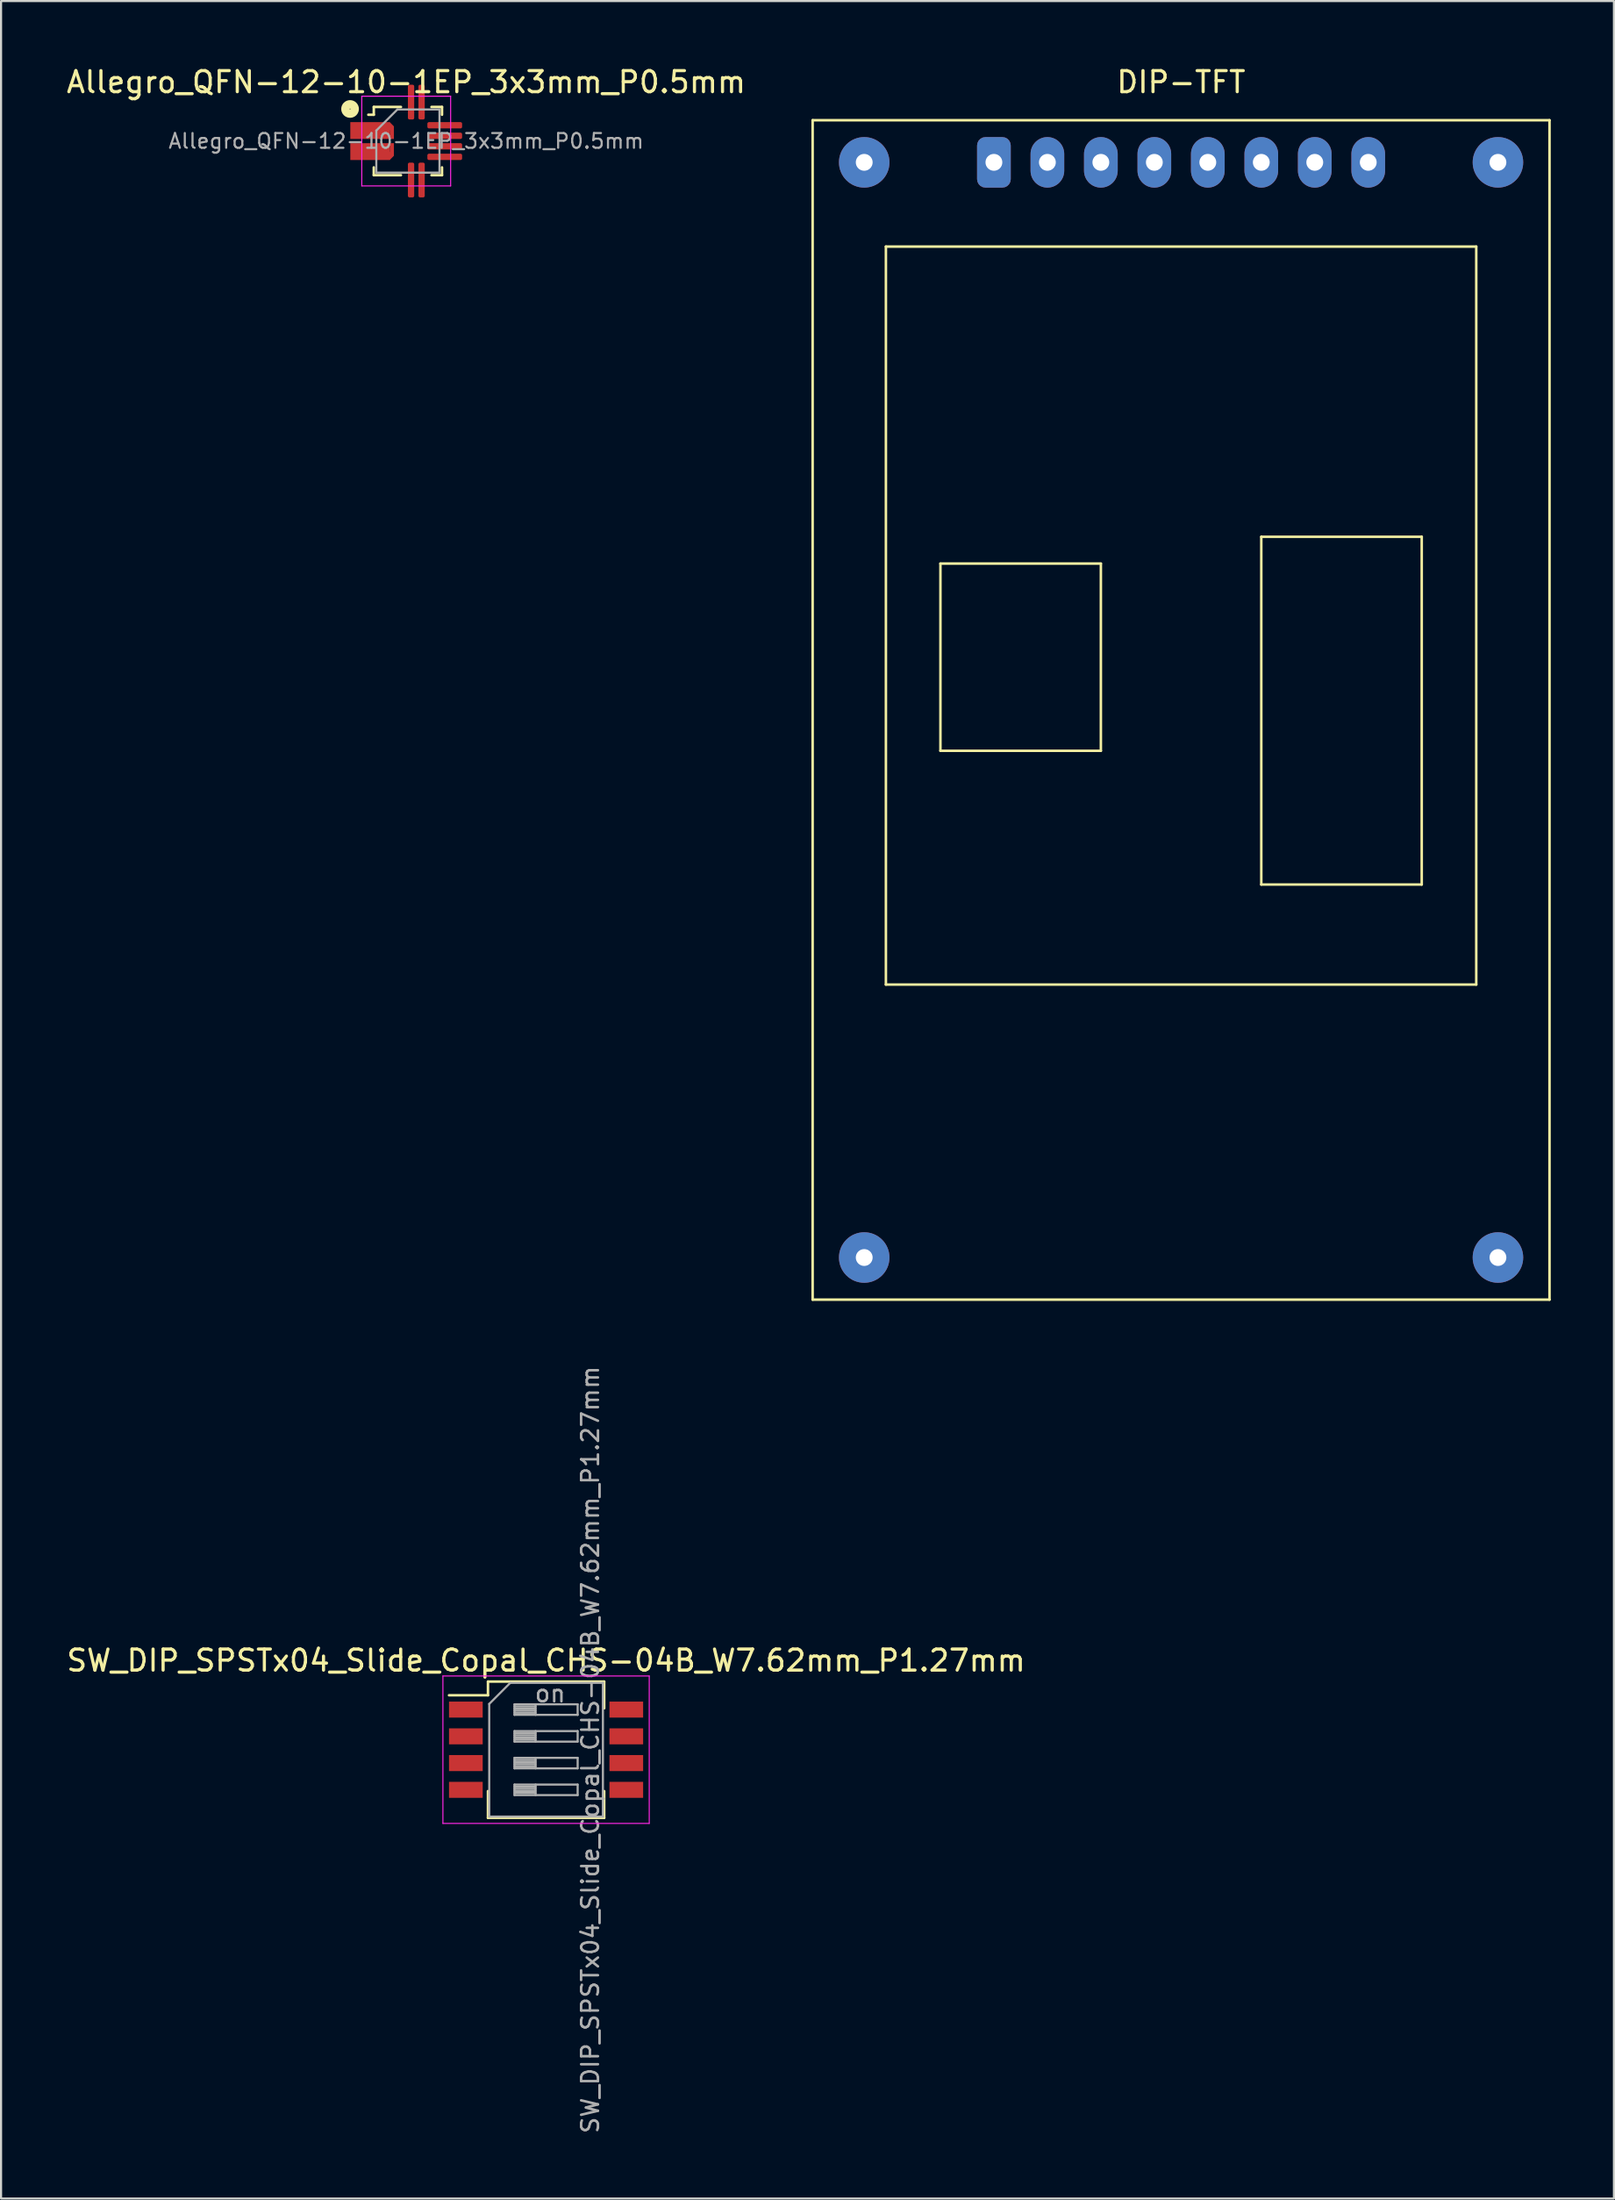
<source format=kicad_pcb>
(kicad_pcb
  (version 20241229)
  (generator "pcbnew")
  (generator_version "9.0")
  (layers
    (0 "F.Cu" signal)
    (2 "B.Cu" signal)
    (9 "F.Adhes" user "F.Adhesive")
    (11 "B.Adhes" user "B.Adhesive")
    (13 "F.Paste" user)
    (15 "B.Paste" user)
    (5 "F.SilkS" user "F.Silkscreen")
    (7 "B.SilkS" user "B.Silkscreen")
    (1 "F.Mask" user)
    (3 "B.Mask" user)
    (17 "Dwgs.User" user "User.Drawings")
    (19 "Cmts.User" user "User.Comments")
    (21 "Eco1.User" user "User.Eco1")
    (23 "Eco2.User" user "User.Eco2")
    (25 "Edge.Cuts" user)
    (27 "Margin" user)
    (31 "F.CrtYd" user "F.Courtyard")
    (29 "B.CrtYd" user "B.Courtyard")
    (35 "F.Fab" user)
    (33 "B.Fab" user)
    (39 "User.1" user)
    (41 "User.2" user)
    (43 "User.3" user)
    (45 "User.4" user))
  (footprint "Allegro_QFN-12-10-1EP_3x3mm_P0.5mm"
    (layer "F.Cu")
    (at 16.244 3.648)
    (property "Reference" "Allegro_QFN-12-10-1EP_3x3mm_P0.5mm" (at 0 -2.8 0) (layer "F.SilkS") (effects (font (size 1 1) (thickness 0.15))))
    (attr smd)
    (fp_line (start -1.54 -1.62) (end -1.54 -1.25) (stroke (width 0.12) (type solid)) (layer "F.SilkS"))
    (fp_line (start -1.54 -1.62) (end -0.25 -1.62) (stroke (width 0.12) (type solid)) (layer "F.SilkS"))
    (fp_line (start -1.54 -1.25) (end -1.8 -1.25) (stroke (width 0.12) (type solid)) (layer "F.SilkS"))
    (fp_line (start -1.54 1.25) (end -1.54 1.62) (stroke (width 0.12) (type solid)) (layer "F.SilkS"))
    (fp_line (start -1.54 1.62) (end -0.25 1.62) (stroke (width 0.12) (type solid)) (layer "F.SilkS"))
    (fp_line (start 1.7 -1.62) (end 1.2 -1.62) (stroke (width 0.12) (type solid)) (layer "F.SilkS"))
    (fp_line (start 1.7 -1.62) (end 1.7 -1.25) (stroke (width 0.12) (type solid)) (layer "F.SilkS"))
    (fp_line (start 1.7 1.25) (end 1.7 1.62) (stroke (width 0.12) (type solid)) (layer "F.SilkS"))
    (fp_line (start 1.7 1.62) (end 1.2 1.62) (stroke (width 0.12) (type solid)) (layer "F.SilkS"))
    (fp_circle (center -2.667 -1.524) (end -2.447 -1.524) (stroke (width 0.4) (type solid)) (fill no) (layer "F.SilkS"))
    (fp_line (start -2.11 -2.13) (end -2.11 2.13) (stroke (width 0.05) (type solid)) (layer "F.CrtYd"))
    (fp_line (start -2.11 2.13) (end 2.11 2.13) (stroke (width 0.05) (type solid)) (layer "F.CrtYd"))
    (fp_line (start 2.11 -2.13) (end -2.11 -2.13) (stroke (width 0.05) (type solid)) (layer "F.CrtYd"))
    (fp_line (start 2.11 2.13) (end 2.11 -2.13) (stroke (width 0.05) (type solid)) (layer "F.CrtYd"))
    (fp_line (start -1.42 -0.5) (end -0.42 -1.5) (stroke (width 0.1) (type solid)) (layer "F.Fab"))
    (fp_line (start -1.42 1.5) (end -1.42 -0.5) (stroke (width 0.1) (type solid)) (layer "F.Fab"))
    (fp_line (start -0.42 -1.5) (end 1.58 -1.5) (stroke (width 0.1) (type solid)) (layer "F.Fab"))
    (fp_line (start 1.58 -1.5) (end 1.58 1.5) (stroke (width 0.1) (type solid)) (layer "F.Fab"))
    (fp_line (start 1.58 1.5) (end -1.42 1.5) (stroke (width 0.1) (type solid)) (layer "F.Fab"))
    (fp_text user "${REFERENCE}" (at 0 0 0) (layer "F.Fab") (effects (font (size 0.7 0.7) (thickness 0.1))))
    (pad "1" smd rect (at -1.72 -0.5) (size 1.87 0.8) (layers "F.Cu" "F.Mask" "F.Paste" "Eco1.User"))
    (pad "1" smd rect (at -0.785 -0.7 45) (size 0.283 0.283) (layers "F.Cu" "F.Mask" "F.Paste"))
    (pad "1" smd rect (at -0.685 -0.4) (size 0.2 0.6) (layers "F.Cu" "F.Mask" "F.Paste"))
    (pad "2" smd rect (at -1.72 0.5) (size 1.87 0.8) (layers "F.Cu" "F.Mask" "F.Paste"))
    (pad "2" smd rect (at -0.785 0.7 45) (size 0.283 0.283) (layers "F.Cu" "F.Mask" "F.Paste"))
    (pad "2" smd rect (at -0.685 0.4) (size 0.2 0.6) (layers "F.Cu" "F.Mask" "F.Paste"))
    (pad "3" smd roundrect (at 0.23 1.85) (size 0.3 1.65) (layers "F.Cu" "F.Mask" "F.Paste") (roundrect_rratio 0.25))
    (pad "4" smd roundrect (at 0.73 1.85) (size 0.3 1.65) (layers "F.Cu" "F.Mask" "F.Paste") (roundrect_rratio 0.25))
    (pad "5" smd roundrect (at 1.83 0.75) (size 1.65 0.3) (layers "F.Cu" "F.Mask" "F.Paste") (roundrect_rratio 0.25))
    (pad "6" smd roundrect (at 1.83 0.25) (size 1.65 0.3) (layers "F.Cu" "F.Mask" "F.Paste") (roundrect_rratio 0.25))
    (pad "7" smd roundrect (at 1.83 -0.25) (size 1.65 0.3) (layers "F.Cu" "F.Mask" "F.Paste") (roundrect_rratio 0.25))
    (pad "8" smd roundrect (at 1.83 -0.75) (size 1.65 0.3) (layers "F.Cu" "F.Mask" "F.Paste") (roundrect_rratio 0.25))
    (pad "9" smd roundrect (at 0.73 -1.85) (size 0.3 1.65) (layers "F.Cu" "F.Mask" "F.Paste") (roundrect_rratio 0.25))
    (pad "10" smd roundrect (at 0.23 -1.85) (size 0.3 1.65) (layers "F.Cu" "F.Mask" "F.Paste") (roundrect_rratio 0.25)))
  (footprint "DIP-TFT"
    (layer "F.Cu")
    (at 53.048 4.658)
    (property "Reference" "DIP-TFT" (at 0 -3.81 0) (layer "F.SilkS") (effects (font (size 1 1) (thickness 0.15))))
    (attr through_hole)
    (fp_line (start -17.5 -2) (end -17.5 54) (stroke (width 0.12) (type solid)) (layer "F.SilkS"))
    (fp_line (start -17.5 -2) (end 17.5 -2) (stroke (width 0.12) (type solid)) (layer "F.SilkS"))
    (fp_line (start -17.5 54) (end 17.5 54) (stroke (width 0.12) (type solid)) (layer "F.SilkS"))
    (fp_line (start -14.02 4) (end 14.02 4) (stroke (width 0.12) (type solid)) (layer "F.SilkS"))
    (fp_line (start -14.02 39.04) (end -14.02 4) (stroke (width 0.12) (type solid)) (layer "F.SilkS"))
    (fp_line (start -11.43 19.05) (end -3.81 19.05) (stroke (width 0.12) (type solid)) (layer "F.SilkS"))
    (fp_line (start -11.43 27.94) (end -11.43 19.05) (stroke (width 0.12) (type solid)) (layer "F.SilkS"))
    (fp_line (start -3.81 19.05) (end -3.81 27.94) (stroke (width 0.12) (type solid)) (layer "F.SilkS"))
    (fp_line (start -3.81 27.94) (end -11.43 27.94) (stroke (width 0.12) (type solid)) (layer "F.SilkS"))
    (fp_line (start 3.81 17.78) (end 11.43 17.78) (stroke (width 0.12) (type solid)) (layer "F.SilkS"))
    (fp_line (start 3.81 34.29) (end 3.81 17.78) (stroke (width 0.12) (type solid)) (layer "F.SilkS"))
    (fp_line (start 11.43 17.78) (end 11.43 34.29) (stroke (width 0.12) (type solid)) (layer "F.SilkS"))
    (fp_line (start 11.43 34.29) (end 3.81 34.29) (stroke (width 0.12) (type solid)) (layer "F.SilkS"))
    (fp_line (start 14.02 4) (end 14.02 39.04) (stroke (width 0.12) (type solid)) (layer "F.SilkS"))
    (fp_line (start 14.02 39.04) (end -14.02 39.04) (stroke (width 0.12) (type solid)) (layer "F.SilkS"))
    (fp_line (start 17.5 -2) (end 17.5 54) (stroke (width 0.12) (type solid)) (layer "F.SilkS"))
    (pad "1" thru_hole roundrect (at -8.89 0 90) (size 2.4 1.6) (drill 0.8) (layers "*.Cu" "*.Mask") (roundrect_rratio 0.25))
    (pad "2" thru_hole oval (at -6.35 0 90) (size 2.4 1.6) (drill 0.8) (layers "*.Cu" "*.Mask"))
    (pad "3" thru_hole oval (at -3.81 0 90) (size 2.4 1.6) (drill 0.8) (layers "*.Cu" "*.Mask"))
    (pad "4" thru_hole oval (at -1.27 0 90) (size 2.4 1.6) (drill 0.8) (layers "*.Cu" "*.Mask"))
    (pad "5" thru_hole oval (at 1.27 0 90) (size 2.4 1.6) (drill 0.8) (layers "*.Cu" "*.Mask"))
    (pad "6" thru_hole oval (at 3.81 0 90) (size 2.4 1.6) (drill 0.8) (layers "*.Cu" "*.Mask"))
    (pad "7" thru_hole oval (at 6.35 0 90) (size 2.4 1.6) (drill 0.8) (layers "*.Cu" "*.Mask"))
    (pad "8" thru_hole oval (at 8.89 0 90) (size 2.4 1.6) (drill 0.8) (layers "*.Cu" "*.Mask"))
    (pad "M1" thru_hole circle (at -15.05 0 90) (size 2.4 2.4) (drill 0.8) (layers "*.Cu" "*.Mask"))
    (pad "M2" thru_hole circle (at 15.05 0 90) (size 2.4 2.4) (drill 0.8) (layers "*.Cu" "*.Mask"))
    (pad "M3" thru_hole circle (at -15.05 52 90) (size 2.4 2.4) (drill 0.8) (layers "*.Cu" "*.Mask"))
    (pad "m4" thru_hole circle (at 15.05 52 90) (size 2.4 2.4) (drill 0.8) (layers "*.Cu" "*.Mask")))
  (footprint "SW_DIP_SPSTx04_Slide_Copal_CHS-04B_W7.62mm_P1.27mm"
    (layer "F.Cu")
    (at 22.887 80.028)
    (property "Reference" "SW_DIP_SPSTx04_Slide_Copal_CHS-04B_W7.62mm_P1.27mm" (at 0 -4.235 0) (layer "F.SilkS") (effects (font (size 1 1) (thickness 0.15))))
    (attr smd)
    (fp_line (start -4.61 -2.585) (end -2.76 -2.585) (stroke (width 0.12) (type solid)) (layer "F.SilkS"))
    (fp_line (start -2.76 -3.235) (end -2.76 -2.585) (stroke (width 0.12) (type solid)) (layer "F.SilkS"))
    (fp_line (start -2.76 -3.235) (end 2.76 -3.235) (stroke (width 0.12) (type solid)) (layer "F.SilkS"))
    (fp_line (start -2.76 1.965) (end -2.76 3.235) (stroke (width 0.12) (type solid)) (layer "F.SilkS"))
    (fp_line (start -2.76 3.235) (end 2.76 3.235) (stroke (width 0.12) (type solid)) (layer "F.SilkS"))
    (fp_line (start 2.76 -3.235) (end 2.76 -1.966) (stroke (width 0.12) (type solid)) (layer "F.SilkS"))
    (fp_line (start 2.76 1.965) (end 2.76 3.235) (stroke (width 0.12) (type solid)) (layer "F.SilkS"))
    (fp_line (start -4.9 -3.5) (end -4.9 3.5) (stroke (width 0.05) (type solid)) (layer "F.CrtYd"))
    (fp_line (start -4.9 3.5) (end 4.9 3.5) (stroke (width 0.05) (type solid)) (layer "F.CrtYd"))
    (fp_line (start 4.9 -3.5) (end -4.9 -3.5) (stroke (width 0.05) (type solid)) (layer "F.CrtYd"))
    (fp_line (start 4.9 3.5) (end 4.9 -3.5) (stroke (width 0.05) (type solid)) (layer "F.CrtYd"))
    (fp_line (start -2.7 -2.175) (end -1.7 -3.175) (stroke (width 0.1) (type solid)) (layer "F.Fab"))
    (fp_line (start -2.7 3.175) (end -2.7 -2.175) (stroke (width 0.1) (type solid)) (layer "F.Fab"))
    (fp_line (start -1.7 -3.175) (end 2.7 -3.175) (stroke (width 0.1) (type solid)) (layer "F.Fab"))
    (fp_line (start -1.5 -2.155) (end -1.5 -1.655) (stroke (width 0.1) (type solid)) (layer "F.Fab"))
    (fp_line (start -1.5 -2.055) (end -0.5 -2.055) (stroke (width 0.1) (type solid)) (layer "F.Fab"))
    (fp_line (start -1.5 -1.955) (end -0.5 -1.955) (stroke (width 0.1) (type solid)) (layer "F.Fab"))
    (fp_line (start -1.5 -1.855) (end -0.5 -1.855) (stroke (width 0.1) (type solid)) (layer "F.Fab"))
    (fp_line (start -1.5 -1.755) (end -0.5 -1.755) (stroke (width 0.1) (type solid)) (layer "F.Fab"))
    (fp_line (start -1.5 -1.655) (end 1.5 -1.655) (stroke (width 0.1) (type solid)) (layer "F.Fab"))
    (fp_line (start -1.5 -0.885) (end -1.5 -0.385) (stroke (width 0.1) (type solid)) (layer "F.Fab"))
    (fp_line (start -1.5 -0.785) (end -0.5 -0.785) (stroke (width 0.1) (type solid)) (layer "F.Fab"))
    (fp_line (start -1.5 -0.685) (end -0.5 -0.685) (stroke (width 0.1) (type solid)) (layer "F.Fab"))
    (fp_line (start -1.5 -0.585) (end -0.5 -0.585) (stroke (width 0.1) (type solid)) (layer "F.Fab"))
    (fp_line (start -1.5 -0.485) (end -0.5 -0.485) (stroke (width 0.1) (type solid)) (layer "F.Fab"))
    (fp_line (start -1.5 -0.385) (end 1.5 -0.385) (stroke (width 0.1) (type solid)) (layer "F.Fab"))
    (fp_line (start -1.5 0.385) (end -1.5 0.885) (stroke (width 0.1) (type solid)) (layer "F.Fab"))
    (fp_line (start -1.5 0.485) (end -0.5 0.485) (stroke (width 0.1) (type solid)) (layer "F.Fab"))
    (fp_line (start -1.5 0.585) (end -0.5 0.585) (stroke (width 0.1) (type solid)) (layer "F.Fab"))
    (fp_line (start -1.5 0.685) (end -0.5 0.685) (stroke (width 0.1) (type solid)) (layer "F.Fab"))
    (fp_line (start -1.5 0.785) (end -0.5 0.785) (stroke (width 0.1) (type solid)) (layer "F.Fab"))
    (fp_line (start -1.5 0.885) (end 1.5 0.885) (stroke (width 0.1) (type solid)) (layer "F.Fab"))
    (fp_line (start -1.5 1.655) (end -1.5 2.155) (stroke (width 0.1) (type solid)) (layer "F.Fab"))
    (fp_line (start -1.5 1.755) (end -0.5 1.755) (stroke (width 0.1) (type solid)) (layer "F.Fab"))
    (fp_line (start -1.5 1.855) (end -0.5 1.855) (stroke (width 0.1) (type solid)) (layer "F.Fab"))
    (fp_line (start -1.5 1.955) (end -0.5 1.955) (stroke (width 0.1) (type solid)) (layer "F.Fab"))
    (fp_line (start -1.5 2.055) (end -0.5 2.055) (stroke (width 0.1) (type solid)) (layer "F.Fab"))
    (fp_line (start -1.5 2.155) (end 1.5 2.155) (stroke (width 0.1) (type solid)) (layer "F.Fab"))
    (fp_line (start -0.5 -2.155) (end -0.5 -1.655) (stroke (width 0.1) (type solid)) (layer "F.Fab"))
    (fp_line (start -0.5 -0.885) (end -0.5 -0.385) (stroke (width 0.1) (type solid)) (layer "F.Fab"))
    (fp_line (start -0.5 0.385) (end -0.5 0.885) (stroke (width 0.1) (type solid)) (layer "F.Fab"))
    (fp_line (start -0.5 1.655) (end -0.5 2.155) (stroke (width 0.1) (type solid)) (layer "F.Fab"))
    (fp_line (start 1.5 -2.155) (end -1.5 -2.155) (stroke (width 0.1) (type solid)) (layer "F.Fab"))
    (fp_line (start 1.5 -1.655) (end 1.5 -2.155) (stroke (width 0.1) (type solid)) (layer "F.Fab"))
    (fp_line (start 1.5 -0.885) (end -1.5 -0.885) (stroke (width 0.1) (type solid)) (layer "F.Fab"))
    (fp_line (start 1.5 -0.385) (end 1.5 -0.885) (stroke (width 0.1) (type solid)) (layer "F.Fab"))
    (fp_line (start 1.5 0.385) (end -1.5 0.385) (stroke (width 0.1) (type solid)) (layer "F.Fab"))
    (fp_line (start 1.5 0.885) (end 1.5 0.385) (stroke (width 0.1) (type solid)) (layer "F.Fab"))
    (fp_line (start 1.5 1.655) (end -1.5 1.655) (stroke (width 0.1) (type solid)) (layer "F.Fab"))
    (fp_line (start 1.5 2.155) (end 1.5 1.655) (stroke (width 0.1) (type solid)) (layer "F.Fab"))
    (fp_line (start 2.7 -3.175) (end 2.7 3.175) (stroke (width 0.1) (type solid)) (layer "F.Fab"))
    (fp_line (start 2.7 3.175) (end -2.7 3.175) (stroke (width 0.1) (type solid)) (layer "F.Fab"))
    (fp_text user "${REFERENCE}" (at 2.1 0 90) (layer "F.Fab") (effects (font (size 0.8 0.8) (thickness 0.12))))
    (fp_text user "on" (at 0.195 -2.665 0) (layer "F.Fab") (effects (font (size 0.8 0.8) (thickness 0.12))))
    (pad "1" smd rect (at -3.81 -1.905) (size 1.6 0.76) (layers "F.Cu" "F.Mask" "F.Paste"))
    (pad "2" smd rect (at -3.81 -0.635) (size 1.6 0.76) (layers "F.Cu" "F.Mask" "F.Paste"))
    (pad "3" smd rect (at -3.81 0.635) (size 1.6 0.76) (layers "F.Cu" "F.Mask" "F.Paste"))
    (pad "4" smd rect (at -3.81 1.905) (size 1.6 0.76) (layers "F.Cu" "F.Mask" "F.Paste"))
    (pad "5" smd rect (at 3.81 1.905) (size 1.6 0.76) (layers "F.Cu" "F.Mask" "F.Paste"))
    (pad "6" smd rect (at 3.81 0.635) (size 1.6 0.76) (layers "F.Cu" "F.Mask" "F.Paste"))
    (pad "7" smd rect (at 3.81 -0.635) (size 1.6 0.76) (layers "F.Cu" "F.Mask" "F.Paste"))
    (pad "8" smd rect (at 3.81 -1.905) (size 1.6 0.76) (layers "F.Cu" "F.Mask" "F.Paste")))
  (gr_rect
    (start -3 -3)
    (end 73.608 101.337)
    (stroke (width 0.1) (type default))
    (fill no)
    (layer "Edge.Cuts")))
</source>
